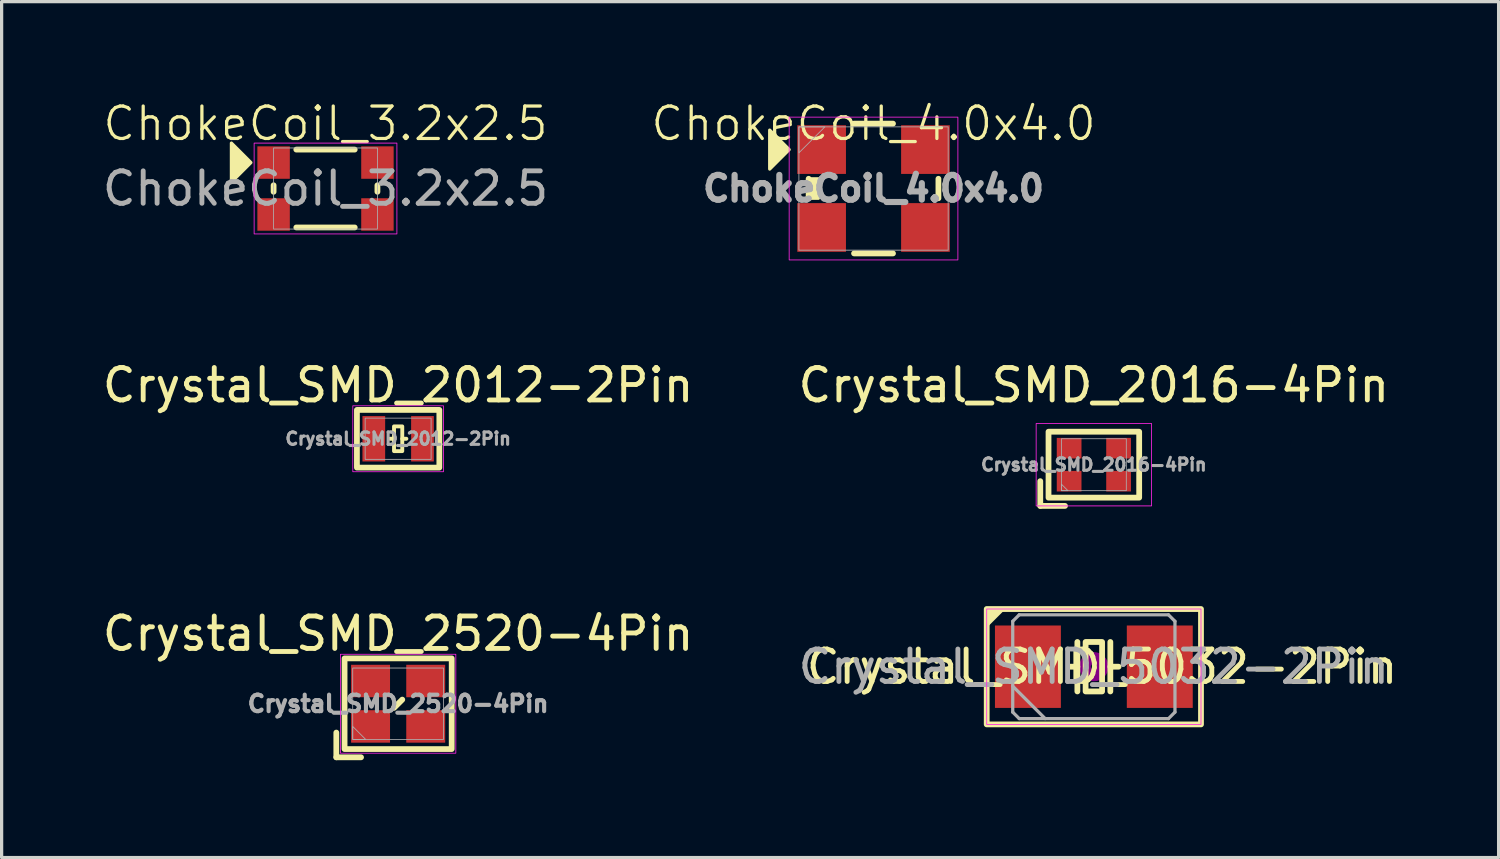
<source format=kicad_pcb>
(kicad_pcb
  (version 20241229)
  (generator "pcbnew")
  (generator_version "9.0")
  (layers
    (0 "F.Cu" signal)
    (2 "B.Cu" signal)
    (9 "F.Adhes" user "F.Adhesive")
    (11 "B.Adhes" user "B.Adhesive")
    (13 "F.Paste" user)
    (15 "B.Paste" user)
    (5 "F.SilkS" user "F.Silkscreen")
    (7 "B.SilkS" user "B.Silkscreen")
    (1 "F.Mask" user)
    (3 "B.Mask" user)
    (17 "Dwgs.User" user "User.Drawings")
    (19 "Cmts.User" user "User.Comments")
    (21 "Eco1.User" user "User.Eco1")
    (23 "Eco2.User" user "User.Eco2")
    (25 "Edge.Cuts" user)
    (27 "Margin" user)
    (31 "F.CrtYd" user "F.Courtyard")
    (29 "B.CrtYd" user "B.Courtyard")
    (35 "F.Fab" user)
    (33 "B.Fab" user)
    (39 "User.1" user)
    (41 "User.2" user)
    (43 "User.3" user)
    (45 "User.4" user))
  (footprint "Crystal_SMD_2016-4Pin"
    (layer "F.Cu")
    (at 30.661 11.271)
    (property "Reference" "Crystal_SMD_2016-4Pin" (at 0 -2.45 0) (layer "F.SilkS") (effects (font (size 1 1) (thickness 0.15))))
    (attr smd)
    (fp_line (start -1.651 0.508) (end -1.651 1.27) (stroke (width 0.178) (type solid)) (layer "F.SilkS"))
    (fp_line (start -1.651 1.27) (end -0.889 1.27) (stroke (width 0.178) (type solid)) (layer "F.SilkS"))
    (fp_rect (start -1.397 -1.016) (end 1.397 1.016) (stroke (width 0.178) (type solid)) (fill no) (layer "F.SilkS"))
    (fp_rect (start -1.778 -1.27) (end 1.778 1.27) (stroke (width 0.025) (type solid)) (fill no) (layer "F.CrtYd"))
    (fp_rect (start -1 -0.8) (end 1 0.8) (stroke (width 0.025) (type solid)) (fill no) (layer "F.Fab"))
    (fp_poly (pts (xy -1 0.6) (xy -1 0.8) (xy -0.8 0.8)) (stroke (width 0.025) (type solid)) (fill no) (layer "F.Fab"))
    (fp_text user "${REFERENCE}" (at 0 0 0) (layer "F.Fab") (effects (font (size 0.381 0.381) (thickness 0.095) (bold yes))))
    (pad "1" smd rect (at -0.762 0.508) (size 0.762 0.635) (layers "F.Cu" "F.Mask" "F.Paste"))
    (pad "2" smd rect (at 0.762 0.508) (size 0.762 0.635) (layers "F.Cu" "F.Mask" "F.Paste"))
    (pad "3" smd rect (at 0.762 -0.508) (size 0.762 0.635) (layers "F.Cu" "F.Mask" "F.Paste"))
    (pad "4" smd rect (at -0.762 -0.508) (size 0.762 0.635) (layers "F.Cu" "F.Mask" "F.Paste")))
  (footprint "Crystal_SMD_2012-2Pin"
    (layer "F.Cu")
    (at 9.22 10.472)
    (property "Reference" "Crystal_SMD_2012-2Pin" (at 0 -1.651 0) (unlocked yes) (layer "F.SilkS") (effects (font (size 1 1) (thickness 0.15))))
    (attr smd)
    (fp_line (start -0.254 0) (end -0.127 0) (stroke (width 0.12) (type solid)) (layer "F.SilkS"))
    (fp_line (start 0.254 0) (end 0.127 0) (stroke (width 0.12) (type solid)) (layer "F.SilkS"))
    (fp_rect (start -1.27 -0.889) (end 1.27 0.889) (stroke (width 0.178) (type solid)) (fill no) (layer "F.SilkS"))
    (fp_rect (start -0.127 -0.381) (end 0.127 0.381) (stroke (width 0.12) (type solid)) (fill no) (layer "F.SilkS"))
    (fp_rect (start -1.397 1.016) (end 1.397 -1.016) (stroke (width 0.025) (type solid)) (fill no) (layer "F.CrtYd"))
    (fp_rect (start -1.016 -0.635) (end 1.016 0.635) (stroke (width 0.025) (type solid)) (fill no) (layer "F.Fab"))
    (fp_text user "${REFERENCE}" (at 0 0 0) (unlocked yes) (layer "F.Fab") (effects (font (size 0.381 0.381) (thickness 0.095))))
    (pad "1" smd rect (at -0.75 0) (size 0.7 1.4) (layers "F.Cu" "F.Mask" "F.Paste"))
    (pad "2" smd rect (at 0.75 0) (size 0.7 1.4) (layers "F.Cu" "F.Mask" "F.Paste")))
  (footprint "Crystal_SMD_5032-2Pin"
    (layer "F.Cu")
    (at 30.661 17.497)
    (property "Reference" "Crystal_SMD_5032-2Pin" (at 0.254 0 0) (layer "F.SilkS") (effects (font (size 1 1) (thickness 0.15))))
    (attr smd)
    (fp_line (start -0.762 0) (end -0.508 0) (stroke (width 0.178) (type solid)) (layer "F.SilkS"))
    (fp_line (start -0.508 0.762) (end -0.508 -0.762) (stroke (width 0.178) (type solid)) (layer "F.SilkS"))
    (fp_line (start 0.508 0.762) (end 0.508 -0.762) (stroke (width 0.178) (type solid)) (layer "F.SilkS"))
    (fp_line (start 0.762 0) (end 0.508 0) (stroke (width 0.178) (type solid)) (layer "F.SilkS"))
    (fp_rect (start -3.302 1.778) (end 3.302 -1.778) (stroke (width 0.178) (type solid)) (fill no) (layer "F.SilkS"))
    (fp_rect (start -0.254 -0.762) (end 0.254 0.762) (stroke (width 0.178) (type solid)) (fill no) (layer "F.SilkS"))
    (fp_poly (pts (xy -3.302 -1.27) (xy -3.302 -1.778) (xy -2.794 -1.778)) (stroke (width 0.1) (type solid)) (fill yes) (layer "F.SilkS"))
    (fp_circle (center 0 0) (end 0.093 0) (stroke (width 0.187) (type solid)) (fill no) (layer "F.Adhes"))
    (fp_circle (center 0 0) (end 0.213 0) (stroke (width 0.133) (type solid)) (fill no) (layer "F.Adhes"))
    (fp_circle (center 0 0) (end 0.333 0) (stroke (width 0.133) (type solid)) (fill no) (layer "F.Adhes"))
    (fp_circle (center 0 0) (end 0.4 0) (stroke (width 0.1) (type solid)) (fill no) (layer "F.Adhes"))
    (fp_rect (start -3.302 -1.778) (end 3.302 1.778) (stroke (width 0.025) (type solid)) (fill no) (layer "F.CrtYd"))
    (fp_line (start -2.5 -1.4) (end -2.3 -1.6) (stroke (width 0.1) (type solid)) (layer "F.Fab"))
    (fp_line (start -2.5 0.6) (end -1.5 1.6) (stroke (width 0.1) (type solid)) (layer "F.Fab"))
    (fp_line (start -2.5 1.4) (end -2.5 -1.4) (stroke (width 0.1) (type solid)) (layer "F.Fab"))
    (fp_line (start -2.3 -1.6) (end 2.3 -1.6) (stroke (width 0.1) (type solid)) (layer "F.Fab"))
    (fp_line (start -2.3 1.6) (end -2.5 1.4) (stroke (width 0.1) (type solid)) (layer "F.Fab"))
    (fp_line (start 2.3 -1.6) (end 2.5 -1.4) (stroke (width 0.1) (type solid)) (layer "F.Fab"))
    (fp_line (start 2.3 1.6) (end -2.3 1.6) (stroke (width 0.1) (type solid)) (layer "F.Fab"))
    (fp_line (start 2.5 -1.4) (end 2.5 1.4) (stroke (width 0.1) (type solid)) (layer "F.Fab"))
    (fp_line (start 2.5 1.4) (end 2.3 1.6) (stroke (width 0.1) (type solid)) (layer "F.Fab"))
    (fp_text user "${REFERENCE}" (at 0 0 0) (layer "F.Fab") (effects (font (size 1 1) (thickness 0.15))))
    (pad "1" smd rect (at -2.032 0) (size 2.032 2.54) (layers "F.Cu" "F.Mask" "F.Paste"))
    (pad "2" smd rect (at 2.032 0) (size 2.032 2.54) (layers "F.Cu" "F.Mask" "F.Paste")))
  (footprint "Crystal_SMD_2520-4Pin"
    (layer "F.Cu")
    (at 9.22 18.638)
    (property "Reference" "Crystal_SMD_2520-4Pin" (at 0 -2.159 0) (unlocked yes) (layer "F.SilkS") (effects (font (size 1 1) (thickness 0.15))))
    (attr smd)
    (fp_line (start -1.905 1.651) (end -1.905 0.889) (stroke (width 0.178) (type solid)) (layer "F.SilkS"))
    (fp_line (start -1.905 1.651) (end -1.143 1.651) (stroke (width 0.178) (type solid)) (layer "F.SilkS"))
    (fp_line (start -0.127 0.127) (end 0.127 -0.127) (stroke (width 0.178) (type solid)) (layer "F.SilkS"))
    (fp_rect (start -1.651 -1.397) (end 1.651 1.397) (stroke (width 0.178) (type solid)) (fill no) (layer "F.SilkS"))
    (fp_rect (start -1.778 -1.524) (end 1.778 1.524) (stroke (width 0.025) (type solid)) (fill no) (layer "F.CrtYd"))
    (fp_rect (start -1.4 -1.1) (end 1.4 1.1) (stroke (width 0.025) (type solid)) (fill no) (layer "F.Fab"))
    (fp_poly (pts (xy -1.4 0.7) (xy -1.4 1.1) (xy -1 1.1)) (stroke (width 0.025) (type solid)) (fill no) (layer "F.Fab"))
    (fp_text user "${REFERENCE}" (at 0 0 0) (unlocked yes) (layer "F.Fab") (effects (font (size 0.508 0.508) (thickness 0.127))))
    (pad "1" smd rect (at -0.85 0.7) (size 1.2 1) (layers "F.Cu" "F.Mask" "F.Paste"))
    (pad "2" smd rect (at 0.85 0.7) (size 1.2 1) (layers "F.Cu" "F.Mask" "F.Paste"))
    (pad "3" smd rect (at 0.85 -0.7) (size 1.2 1) (layers "F.Cu" "F.Mask" "F.Paste"))
    (pad "4" smd rect (at -0.85 -0.7) (size 1.2 1) (layers "F.Cu" "F.Mask" "F.Paste")))
  (footprint "ChokeCoil_4.0x4.0"
    (layer "F.Cu")
    (at 23.871 2.76)
    (property "Reference" "ChokeCoil_4.0x4.0" (at 0 -2 0) (unlocked yes) (layer "F.SilkS") (effects (font (size 1 1) (thickness 0.1))))
    (attr smd)
    (fp_line (start -2 -0.3) (end -2 0.3) (stroke (width 0.178) (type default)) (layer "F.SilkS"))
    (fp_line (start -0.6 -2) (end 0.6 -2) (stroke (width 0.178) (type default)) (layer "F.SilkS"))
    (fp_line (start -0.6 2) (end 0.6 2) (stroke (width 0.178) (type default)) (layer "F.SilkS"))
    (fp_line (start 2 -0.3) (end 2 0.3) (stroke (width 0.178) (type default)) (layer "F.SilkS"))
    (fp_rect (start -2 -0.3) (end -1.7 0.3) (stroke (width 0.1) (type solid)) (fill yes) (layer "F.SilkS"))
    (fp_poly (pts (xy -2.6 -1.2) (xy -3.2 -1.8) (xy -3.2 -0.6)) (stroke (width 0.1) (type solid)) (fill yes) (layer "F.SilkS"))
    (fp_rect (start -2.6 -2.2) (end 2.6 2.2) (stroke (width 0.025) (type default)) (fill no) (layer "F.CrtYd"))
    (fp_rect (start -2.3 -1.9) (end 2.3 1.9) (stroke (width 0.025) (type solid)) (fill no) (layer "F.Fab"))
    (fp_poly (pts (xy -2.3 -1.9) (xy -2.3 -1.1) (xy -1.5 -1.9)) (stroke (width 0.025) (type solid)) (fill no) (layer "F.Fab"))
    (fp_text user "${REFERENCE}" (at 0 0 0) (unlocked yes) (layer "F.Fab") (effects (font (size 0.762 0.762) (thickness 0.191) (bold yes))))
    (pad "1" smd rect (at -1.6 -1.2) (size 1.5 1.5) (layers "F.Cu" "F.Mask" "F.Paste"))
    (pad "2" smd rect (at 1.6 -1.2) (size 1.5 1.5) (layers "F.Cu" "F.Mask" "F.Paste"))
    (pad "3" smd rect (at 1.6 1.2) (size 1.5 1.5) (layers "F.Cu" "F.Mask" "F.Paste"))
    (pad "4" smd rect (at -1.6 1.2) (size 1.5 1.5) (layers "F.Cu" "F.Mask" "F.Paste")))
  (footprint "ChokeCoil_3.2x2.5"
    (layer "F.Cu")
    (at 6.982 2.76)
    (property "Reference" "ChokeCoil_3.2x2.5" (at 0 -2 0) (unlocked yes) (layer "F.SilkS") (effects (font (size 1 1) (thickness 0.1))))
    (attr smd)
    (fp_line (start -1.6 -0.1) (end -1.6 0.1) (stroke (width 0.178) (type default)) (layer "F.SilkS"))
    (fp_line (start -0.9 -1.2) (end 0.9 -1.2) (stroke (width 0.178) (type default)) (layer "F.SilkS"))
    (fp_line (start -0.9 1.2) (end 0.9 1.2) (stroke (width 0.178) (type default)) (layer "F.SilkS"))
    (fp_line (start 1.6 -0.1) (end 1.6 0.1) (stroke (width 0.178) (type default)) (layer "F.SilkS"))
    (fp_poly (pts (xy -2.3 -0.8) (xy -2.9 -1.4) (xy -2.9 -0.2)) (stroke (width 0.1) (type solid)) (fill yes) (layer "F.SilkS"))
    (fp_rect (start -2.2 -1.4) (end 2.2 1.4) (stroke (width 0.025) (type default)) (fill no) (layer "F.CrtYd"))
    (fp_rect (start -1.6 -1.25) (end 1.6 1.25) (stroke (width 0.025) (type default)) (fill no) (layer "F.Fab"))
    (fp_text user "${REFERENCE}" (at 0 0 0) (unlocked yes) (layer "F.Fab") (effects (font (size 1 1) (thickness 0.15))))
    (pad "1" smd rect (at -1.6 -0.8) (size 1 1) (layers "F.Cu" "F.Mask" "F.Paste"))
    (pad "2" smd rect (at 1.6 -0.8) (size 1 1) (layers "F.Cu" "F.Mask" "F.Paste"))
    (pad "3" smd rect (at 1.6 0.8) (size 1 1) (layers "F.Cu" "F.Mask" "F.Paste"))
    (pad "4" smd rect (at -1.6 0.8) (size 1 1) (layers "F.Cu" "F.Mask" "F.Paste")))
  (gr_rect
    (start -3 -3)
    (end 43.135 23.378)
    (stroke (width 0.1) (type default))
    (fill no)
    (layer "Edge.Cuts")))
</source>
